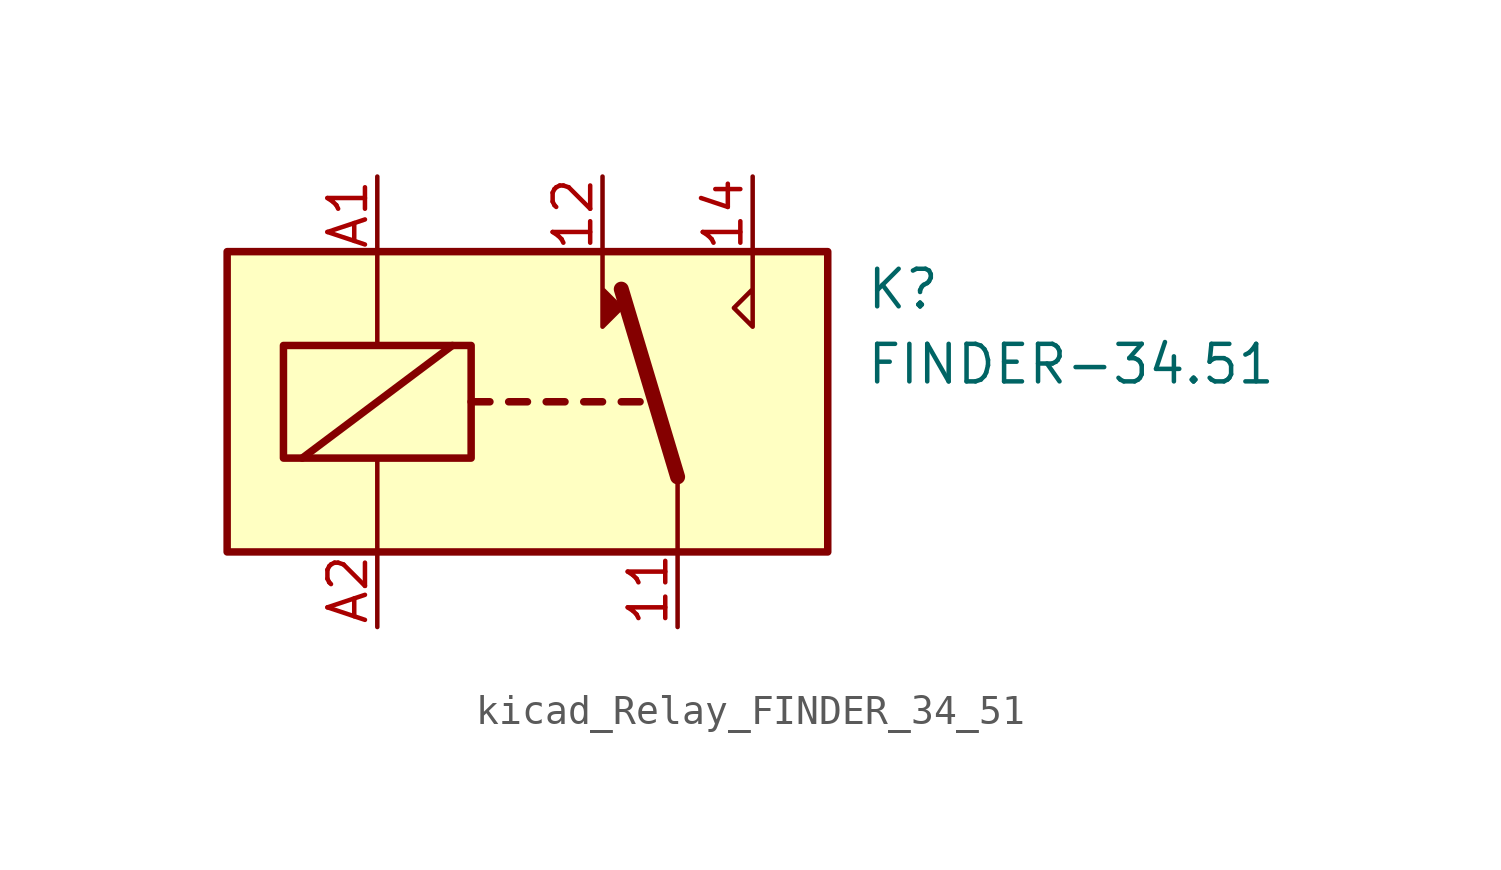
<source format=kicad_sym>
(kicad_symbol_lib
  (version 20220914)
  (generator kicad_symbol_editor)
  (symbol "kicad_Relay_FINDER_34_51"
    (property "Reference" "K"
      (at 11.43 3.81 0)
      (effects (font (size 1.27 1.27)) (justify left)))
    (property "Value" "FINDER-34.51"
      (at 11.43 1.27 0)
      (effects (font (size 1.27 1.27)) (justify left)))
    (symbol "kicad_Relay_FINDER_34_51_0_0"
      (polyline (pts (xy 7.62 5.08) (xy 7.62 2.54) (xy 6.985 3.175) (xy 7.62 3.81)) (stroke (width 0) (type default)) (fill (type none))))
    (symbol "kicad_Relay_FINDER_34_51_0_1"
      (rectangle (start -10.16 5.08) (end 10.16 -5.08) (stroke (width 0.254) (type default)) (fill (type background)))
      (rectangle (start -8.255 1.905) (end -1.905 -1.905) (stroke (width 0.254) (type default)) (fill (type none)))
      (polyline (pts (xy -7.62 -1.905) (xy -2.54 1.905)) (stroke (width 0.254) (type default)) (fill (type none)))
      (polyline (pts (xy -5.08 -5.08) (xy -5.08 -1.905)) (stroke (width 0) (type default)) (fill (type none)))
      (polyline (pts (xy -5.08 5.08) (xy -5.08 1.905)) (stroke (width 0) (type default)) (fill (type none)))
      (polyline (pts (xy -1.905 0) (xy -1.27 0)) (stroke (width 0.254) (type default)) (fill (type none)))
      (polyline (pts (xy -0.635 0) (xy 0 0)) (stroke (width 0.254) (type default)) (fill (type none)))
      (polyline (pts (xy 0.635 0) (xy 1.27 0)) (stroke (width 0.254) (type default)) (fill (type none)))
      (polyline (pts (xy 1.905 0) (xy 2.54 0)) (stroke (width 0.254) (type default)) (fill (type none)))
      (polyline (pts (xy 3.175 0) (xy 3.81 0)) (stroke (width 0.254) (type default)) (fill (type none)))
      (polyline (pts (xy 5.08 -2.54) (xy 3.175 3.81)) (stroke (width 0.508) (type default)) (fill (type none)))
      (polyline (pts (xy 5.08 -2.54) (xy 5.08 -5.08)) (stroke (width 0) (type default)) (fill (type none)))
      (polyline (pts (xy 2.54 5.08) (xy 2.54 2.54) (xy 3.175 3.175) (xy 2.54 3.81)) (stroke (width 0) (type default)) (fill (type outline))))
    (symbol "kicad_Relay_FINDER_34_51_1_1"
      (pin passive line (at 5.08 -7.62 90) (length 2.54) (name "~" (effects (font (size 1.27 1.27)))) (number "11" (effects (font (size 1.27 1.27)))))
      (pin passive line (at 2.54 7.62 270) (length 2.54) (name "~" (effects (font (size 1.27 1.27)))) (number "12" (effects (font (size 1.27 1.27)))))
      (pin passive line (at 7.62 7.62 270) (length 2.54) (name "~" (effects (font (size 1.27 1.27)))) (number "14" (effects (font (size 1.27 1.27)))))
      (pin passive line (at -5.08 7.62 270) (length 2.54) (name "~" (effects (font (size 1.27 1.27)))) (number "A1" (effects (font (size 1.27 1.27)))))
      (pin passive line (at -5.08 -7.62 90) (length 2.54) (name "~" (effects (font (size 1.27 1.27)))) (number "A2" (effects (font (size 1.27 1.27))))))))
</source>
